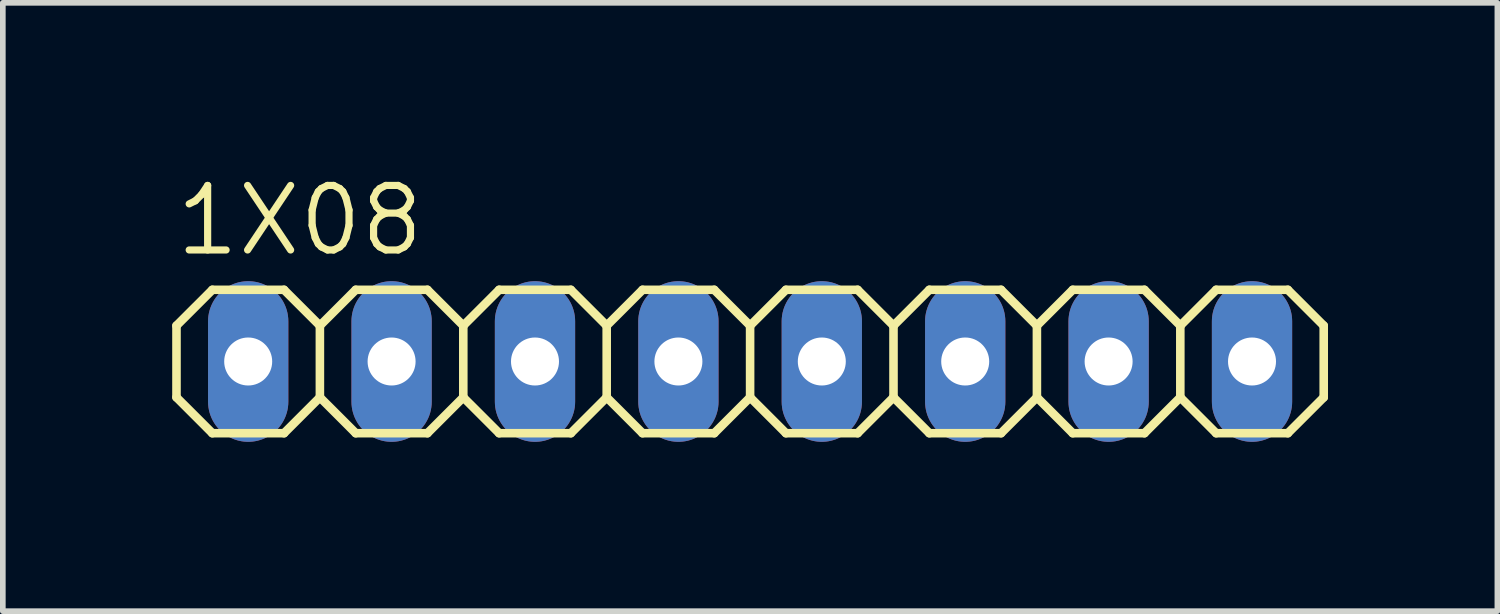
<source format=kicad_pcb>
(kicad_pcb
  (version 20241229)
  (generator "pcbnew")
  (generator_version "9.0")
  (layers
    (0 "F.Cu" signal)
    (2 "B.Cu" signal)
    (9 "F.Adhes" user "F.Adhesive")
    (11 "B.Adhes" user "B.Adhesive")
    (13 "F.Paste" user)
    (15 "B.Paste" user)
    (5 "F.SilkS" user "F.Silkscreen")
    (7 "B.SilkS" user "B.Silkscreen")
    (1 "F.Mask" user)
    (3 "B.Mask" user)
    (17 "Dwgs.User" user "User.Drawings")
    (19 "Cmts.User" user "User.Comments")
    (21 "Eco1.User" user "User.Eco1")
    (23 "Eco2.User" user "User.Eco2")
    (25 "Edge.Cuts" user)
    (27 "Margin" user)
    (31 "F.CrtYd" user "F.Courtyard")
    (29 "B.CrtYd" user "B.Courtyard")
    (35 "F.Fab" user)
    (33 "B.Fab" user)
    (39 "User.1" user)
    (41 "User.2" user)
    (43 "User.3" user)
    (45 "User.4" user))
  (footprint "1X08"
    (layer "F.Cu")
    (at 10.236 3.353)
    (property "Reference" "1X08" (at -10.236 -1.829 0) (unlocked yes) (layer "F.SilkS") (effects (font (size 1.143 1.143) (thickness 0.127)) (justify left bottom)))
    (fp_line (start -10.16 -0.635) (end -10.16 0.635) (stroke (width 0.152) (type solid)) (layer "F.SilkS"))
    (fp_line (start -10.16 0.635) (end -9.525 1.27) (stroke (width 0.152) (type solid)) (layer "F.SilkS"))
    (fp_line (start -9.525 -1.27) (end -10.16 -0.635) (stroke (width 0.152) (type solid)) (layer "F.SilkS"))
    (fp_line (start -9.525 -1.27) (end -8.255 -1.27) (stroke (width 0.152) (type solid)) (layer "F.SilkS"))
    (fp_line (start -8.255 -1.27) (end -7.62 -0.635) (stroke (width 0.152) (type solid)) (layer "F.SilkS"))
    (fp_line (start -8.255 1.27) (end -9.525 1.27) (stroke (width 0.152) (type solid)) (layer "F.SilkS"))
    (fp_line (start -7.62 -0.635) (end -7.62 0.635) (stroke (width 0.152) (type solid)) (layer "F.SilkS"))
    (fp_line (start -7.62 -0.635) (end -6.985 -1.27) (stroke (width 0.152) (type solid)) (layer "F.SilkS"))
    (fp_line (start -7.62 0.635) (end -8.255 1.27) (stroke (width 0.152) (type solid)) (layer "F.SilkS"))
    (fp_line (start -6.985 -1.27) (end -5.715 -1.27) (stroke (width 0.152) (type solid)) (layer "F.SilkS"))
    (fp_line (start -6.985 1.27) (end -7.62 0.635) (stroke (width 0.152) (type solid)) (layer "F.SilkS"))
    (fp_line (start -5.715 -1.27) (end -5.08 -0.635) (stroke (width 0.152) (type solid)) (layer "F.SilkS"))
    (fp_line (start -5.715 1.27) (end -6.985 1.27) (stroke (width 0.152) (type solid)) (layer "F.SilkS"))
    (fp_line (start -5.08 -0.635) (end -5.08 0.635) (stroke (width 0.152) (type solid)) (layer "F.SilkS"))
    (fp_line (start -5.08 -0.635) (end -4.445 -1.27) (stroke (width 0.152) (type solid)) (layer "F.SilkS"))
    (fp_line (start -5.08 0.635) (end -5.715 1.27) (stroke (width 0.152) (type solid)) (layer "F.SilkS"))
    (fp_line (start -4.445 -1.27) (end -3.175 -1.27) (stroke (width 0.152) (type solid)) (layer "F.SilkS"))
    (fp_line (start -4.445 1.27) (end -5.08 0.635) (stroke (width 0.152) (type solid)) (layer "F.SilkS"))
    (fp_line (start -3.175 -1.27) (end -2.54 -0.635) (stroke (width 0.152) (type solid)) (layer "F.SilkS"))
    (fp_line (start -3.175 1.27) (end -4.445 1.27) (stroke (width 0.152) (type solid)) (layer "F.SilkS"))
    (fp_line (start -2.54 -0.635) (end -2.54 0.635) (stroke (width 0.152) (type solid)) (layer "F.SilkS"))
    (fp_line (start -2.54 0.635) (end -3.175 1.27) (stroke (width 0.152) (type solid)) (layer "F.SilkS"))
    (fp_line (start -2.54 0.635) (end -1.905 1.27) (stroke (width 0.152) (type solid)) (layer "F.SilkS"))
    (fp_line (start -1.905 -1.27) (end -2.54 -0.635) (stroke (width 0.152) (type solid)) (layer "F.SilkS"))
    (fp_line (start -1.905 -1.27) (end -0.635 -1.27) (stroke (width 0.152) (type solid)) (layer "F.SilkS"))
    (fp_line (start -0.635 -1.27) (end 0 -0.635) (stroke (width 0.152) (type solid)) (layer "F.SilkS"))
    (fp_line (start -0.635 1.27) (end -1.905 1.27) (stroke (width 0.152) (type solid)) (layer "F.SilkS"))
    (fp_line (start 0 -0.635) (end 0 0.635) (stroke (width 0.152) (type solid)) (layer "F.SilkS"))
    (fp_line (start 0 -0.635) (end 0.635 -1.27) (stroke (width 0.152) (type solid)) (layer "F.SilkS"))
    (fp_line (start 0 0.635) (end -0.635 1.27) (stroke (width 0.152) (type solid)) (layer "F.SilkS"))
    (fp_line (start 0.635 -1.27) (end 1.905 -1.27) (stroke (width 0.152) (type solid)) (layer "F.SilkS"))
    (fp_line (start 0.635 1.27) (end 0 0.635) (stroke (width 0.152) (type solid)) (layer "F.SilkS"))
    (fp_line (start 1.905 -1.27) (end 2.54 -0.635) (stroke (width 0.152) (type solid)) (layer "F.SilkS"))
    (fp_line (start 1.905 1.27) (end 0.635 1.27) (stroke (width 0.152) (type solid)) (layer "F.SilkS"))
    (fp_line (start 2.54 -0.635) (end 2.54 0.635) (stroke (width 0.152) (type solid)) (layer "F.SilkS"))
    (fp_line (start 2.54 -0.635) (end 3.175 -1.27) (stroke (width 0.152) (type solid)) (layer "F.SilkS"))
    (fp_line (start 2.54 0.635) (end 1.905 1.27) (stroke (width 0.152) (type solid)) (layer "F.SilkS"))
    (fp_line (start 3.175 -1.27) (end 4.445 -1.27) (stroke (width 0.152) (type solid)) (layer "F.SilkS"))
    (fp_line (start 3.175 1.27) (end 2.54 0.635) (stroke (width 0.152) (type solid)) (layer "F.SilkS"))
    (fp_line (start 4.445 -1.27) (end 5.08 -0.635) (stroke (width 0.152) (type solid)) (layer "F.SilkS"))
    (fp_line (start 4.445 1.27) (end 3.175 1.27) (stroke (width 0.152) (type solid)) (layer "F.SilkS"))
    (fp_line (start 5.08 -0.635) (end 5.08 0.635) (stroke (width 0.152) (type solid)) (layer "F.SilkS"))
    (fp_line (start 5.08 0.635) (end 4.445 1.27) (stroke (width 0.152) (type solid)) (layer "F.SilkS"))
    (fp_line (start 5.08 0.635) (end 5.715 1.27) (stroke (width 0.152) (type solid)) (layer "F.SilkS"))
    (fp_line (start 5.715 -1.27) (end 5.08 -0.635) (stroke (width 0.152) (type solid)) (layer "F.SilkS"))
    (fp_line (start 5.715 -1.27) (end 6.985 -1.27) (stroke (width 0.152) (type solid)) (layer "F.SilkS"))
    (fp_line (start 6.985 -1.27) (end 7.62 -0.635) (stroke (width 0.152) (type solid)) (layer "F.SilkS"))
    (fp_line (start 6.985 1.27) (end 5.715 1.27) (stroke (width 0.152) (type solid)) (layer "F.SilkS"))
    (fp_line (start 7.62 -0.635) (end 7.62 0.635) (stroke (width 0.152) (type solid)) (layer "F.SilkS"))
    (fp_line (start 7.62 0.635) (end 6.985 1.27) (stroke (width 0.152) (type solid)) (layer "F.SilkS"))
    (fp_line (start 7.62 0.635) (end 8.255 1.27) (stroke (width 0.152) (type solid)) (layer "F.SilkS"))
    (fp_line (start 8.255 -1.27) (end 7.62 -0.635) (stroke (width 0.152) (type solid)) (layer "F.SilkS"))
    (fp_line (start 8.255 -1.27) (end 9.525 -1.27) (stroke (width 0.152) (type solid)) (layer "F.SilkS"))
    (fp_line (start 9.525 -1.27) (end 10.16 -0.635) (stroke (width 0.152) (type solid)) (layer "F.SilkS"))
    (fp_line (start 9.525 1.27) (end 8.255 1.27) (stroke (width 0.152) (type solid)) (layer "F.SilkS"))
    (fp_line (start 10.16 -0.635) (end 10.16 0.635) (stroke (width 0.152) (type solid)) (layer "F.SilkS"))
    (fp_line (start 10.16 0.635) (end 9.525 1.27) (stroke (width 0.152) (type solid)) (layer "F.SilkS"))
    (fp_poly (pts (xy -9.144 0.254) (xy -8.636 0.254) (xy -8.636 -0.254) (xy -9.144 -0.254)) (stroke (width 0.1) (type default)) (fill no) (layer "F.Fab"))
    (fp_poly (pts (xy -6.604 0.254) (xy -6.096 0.254) (xy -6.096 -0.254) (xy -6.604 -0.254)) (stroke (width 0.1) (type default)) (fill no) (layer "F.Fab"))
    (fp_poly (pts (xy -4.064 0.254) (xy -3.556 0.254) (xy -3.556 -0.254) (xy -4.064 -0.254)) (stroke (width 0.1) (type default)) (fill no) (layer "F.Fab"))
    (fp_poly (pts (xy -1.524 0.254) (xy -1.016 0.254) (xy -1.016 -0.254) (xy -1.524 -0.254)) (stroke (width 0.1) (type default)) (fill no) (layer "F.Fab"))
    (fp_poly (pts (xy 1.016 0.254) (xy 1.524 0.254) (xy 1.524 -0.254) (xy 1.016 -0.254)) (stroke (width 0.1) (type default)) (fill no) (layer "F.Fab"))
    (fp_poly (pts (xy 3.556 0.254) (xy 4.064 0.254) (xy 4.064 -0.254) (xy 3.556 -0.254)) (stroke (width 0.1) (type default)) (fill no) (layer "F.Fab"))
    (fp_poly (pts (xy 6.096 0.254) (xy 6.604 0.254) (xy 6.604 -0.254) (xy 6.096 -0.254)) (stroke (width 0.1) (type default)) (fill no) (layer "F.Fab"))
    (fp_poly (pts (xy 8.636 0.254) (xy 9.144 0.254) (xy 9.144 -0.254) (xy 8.636 -0.254)) (stroke (width 0.1) (type default)) (fill no) (layer "F.Fab"))
    (pad "1" thru_hole oval (at -8.89 0 90) (size 2.845 1.422) (drill 0.85) (layers "*.Cu" "*.Mask"))
    (pad "2" thru_hole oval (at -6.35 0 90) (size 2.845 1.422) (drill 0.85) (layers "*.Cu" "*.Mask"))
    (pad "3" thru_hole oval (at -3.81 0 90) (size 2.845 1.422) (drill 0.85) (layers "*.Cu" "*.Mask"))
    (pad "4" thru_hole oval (at -1.27 0 90) (size 2.845 1.422) (drill 0.85) (layers "*.Cu" "*.Mask"))
    (pad "5" thru_hole oval (at 1.27 0 90) (size 2.845 1.422) (drill 0.85) (layers "*.Cu" "*.Mask"))
    (pad "6" thru_hole oval (at 3.81 0 90) (size 2.845 1.422) (drill 0.85) (layers "*.Cu" "*.Mask"))
    (pad "7" thru_hole oval (at 6.35 0 90) (size 2.845 1.422) (drill 0.85) (layers "*.Cu" "*.Mask"))
    (pad "8" thru_hole oval (at 8.89 0 90) (size 2.845 1.422) (drill 0.85) (layers "*.Cu" "*.Mask")))
  (gr_rect
    (start -3 -3)
    (end 23.472 7.775)
    (stroke (width 0.1) (type default))
    (fill no)
    (layer "Edge.Cuts")))
</source>
